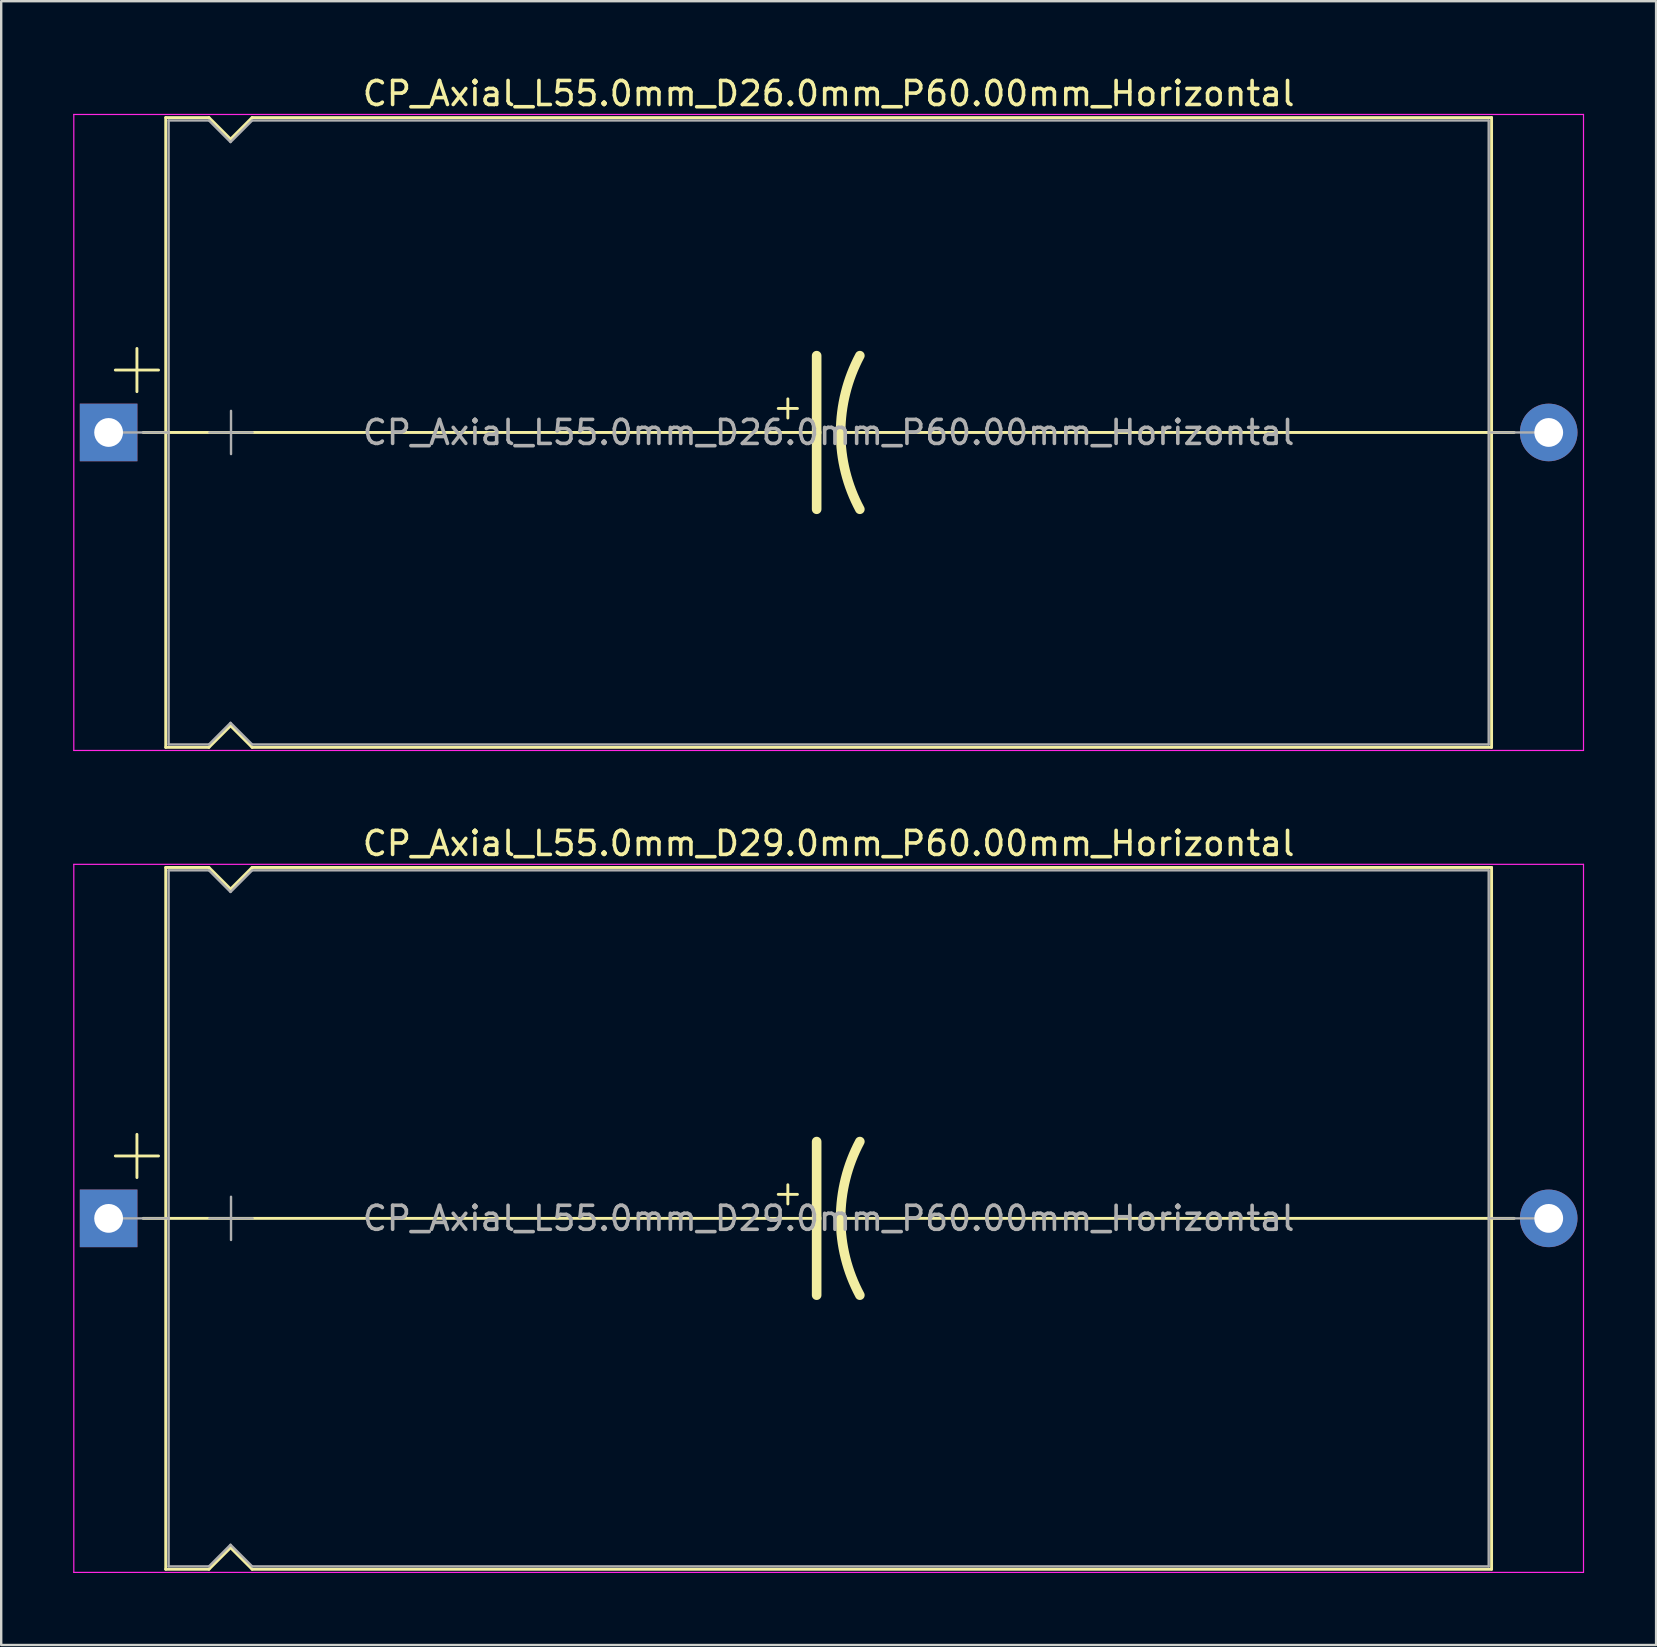
<source format=kicad_pcb>
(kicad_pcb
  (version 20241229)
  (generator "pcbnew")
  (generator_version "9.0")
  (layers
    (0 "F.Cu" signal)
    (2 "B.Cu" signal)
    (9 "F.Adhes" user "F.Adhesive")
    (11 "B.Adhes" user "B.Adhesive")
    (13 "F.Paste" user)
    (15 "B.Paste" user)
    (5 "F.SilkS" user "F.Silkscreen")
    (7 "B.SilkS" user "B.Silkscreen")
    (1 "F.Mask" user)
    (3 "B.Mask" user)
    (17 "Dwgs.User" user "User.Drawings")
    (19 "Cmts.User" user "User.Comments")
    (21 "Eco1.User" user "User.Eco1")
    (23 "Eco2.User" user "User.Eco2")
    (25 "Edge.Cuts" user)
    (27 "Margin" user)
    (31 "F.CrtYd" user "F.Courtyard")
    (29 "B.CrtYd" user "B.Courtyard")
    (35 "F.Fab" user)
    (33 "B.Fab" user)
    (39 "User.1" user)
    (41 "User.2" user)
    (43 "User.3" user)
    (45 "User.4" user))
  (footprint "CP_Axial_L55.0mm_D26.0mm_P60.00mm_Horizontal"
    (layer "F.Cu")
    (at 1.475 14.968)
    (property "Reference" "CP_Axial_L55.0mm_D26.0mm_P60.00mm_Horizontal" (at 30 -14.12 0) (layer "F.SilkS") (effects (font (size 1 1) (thickness 0.15))))
    (attr through_hole)
    (fp_line (start 0.28 -2.6) (end 2.08 -2.6) (stroke (width 0.12) (type solid)) (layer "F.SilkS"))
    (fp_line (start 1.18 -3.5) (end 1.18 -1.7) (stroke (width 0.12) (type solid)) (layer "F.SilkS"))
    (fp_line (start 1.44 0) (end 2.38 0) (stroke (width 0.12) (type solid)) (layer "F.SilkS"))
    (fp_line (start 2.38 -13.12) (end 2.38 13.12) (stroke (width 0.12) (type solid)) (layer "F.SilkS"))
    (fp_line (start 2.38 -13.12) (end 4.18 -13.12) (stroke (width 0.12) (type solid)) (layer "F.SilkS"))
    (fp_line (start 2.38 0) (end 29.5 0) (stroke (width 0.12) (type solid)) (layer "F.SilkS"))
    (fp_line (start 2.38 13.12) (end 4.18 13.12) (stroke (width 0.12) (type solid)) (layer "F.SilkS"))
    (fp_line (start 4.18 -13.12) (end 5.08 -12.22) (stroke (width 0.12) (type solid)) (layer "F.SilkS"))
    (fp_line (start 4.18 13.12) (end 5.08 12.22) (stroke (width 0.12) (type solid)) (layer "F.SilkS"))
    (fp_line (start 5.08 -12.22) (end 5.98 -13.12) (stroke (width 0.12) (type solid)) (layer "F.SilkS"))
    (fp_line (start 5.08 12.22) (end 5.98 13.12) (stroke (width 0.12) (type solid)) (layer "F.SilkS"))
    (fp_line (start 5.98 -13.12) (end 57.62 -13.12) (stroke (width 0.12) (type solid)) (layer "F.SilkS"))
    (fp_line (start 5.98 13.12) (end 57.62 13.12) (stroke (width 0.12) (type solid)) (layer "F.SilkS"))
    (fp_line (start 27.9 -1) (end 28.7 -1) (stroke (width 0.12) (type solid)) (layer "F.SilkS"))
    (fp_line (start 28.3 -1.4) (end 28.3 -0.6) (stroke (width 0.12) (type solid)) (layer "F.SilkS"))
    (fp_line (start 29.5 0) (end 29.5 -3.2) (stroke (width 0.4) (type solid)) (layer "F.SilkS"))
    (fp_line (start 29.5 0) (end 29.5 3.2) (stroke (width 0.4) (type solid)) (layer "F.SilkS"))
    (fp_line (start 57.62 -13.12) (end 57.62 13.12) (stroke (width 0.12) (type solid)) (layer "F.SilkS"))
    (fp_line (start 57.62 0) (end 30.5 0) (stroke (width 0.12) (type solid)) (layer "F.SilkS"))
    (fp_line (start 58.56 0) (end 57.62 0) (stroke (width 0.12) (type solid)) (layer "F.SilkS"))
    (fp_arc (start 30.5 0) (mid 30.703545 -1.649114) (end 31.3 -3.2) (stroke (width 0.4) (type solid)) (layer "F.SilkS"))
    (fp_arc (start 31.3 3.2) (mid 30.700709 1.649823) (end 30.5 0) (stroke (width 0.4) (type solid)) (layer "F.SilkS"))
    (fp_line (start -1.45 -13.25) (end -1.45 13.25) (stroke (width 0.05) (type solid)) (layer "F.CrtYd"))
    (fp_line (start -1.45 13.25) (end 61.45 13.25) (stroke (width 0.05) (type solid)) (layer "F.CrtYd"))
    (fp_line (start 61.45 -13.25) (end -1.45 -13.25) (stroke (width 0.05) (type solid)) (layer "F.CrtYd"))
    (fp_line (start 61.45 13.25) (end 61.45 -13.25) (stroke (width 0.05) (type solid)) (layer "F.CrtYd"))
    (fp_line (start 0 0) (end 2.5 0) (stroke (width 0.1) (type solid)) (layer "F.Fab"))
    (fp_line (start 2.5 -13) (end 2.5 13) (stroke (width 0.1) (type solid)) (layer "F.Fab"))
    (fp_line (start 2.5 -13) (end 4.18 -13) (stroke (width 0.1) (type solid)) (layer "F.Fab"))
    (fp_line (start 2.5 13) (end 4.18 13) (stroke (width 0.1) (type solid)) (layer "F.Fab"))
    (fp_line (start 4.18 -13) (end 5.08 -12.1) (stroke (width 0.1) (type solid)) (layer "F.Fab"))
    (fp_line (start 4.18 13) (end 5.08 12.1) (stroke (width 0.1) (type solid)) (layer "F.Fab"))
    (fp_line (start 4.2 0) (end 6 0) (stroke (width 0.1) (type solid)) (layer "F.Fab"))
    (fp_line (start 5.08 -12.1) (end 5.98 -13) (stroke (width 0.1) (type solid)) (layer "F.Fab"))
    (fp_line (start 5.08 12.1) (end 5.98 13) (stroke (width 0.1) (type solid)) (layer "F.Fab"))
    (fp_line (start 5.1 -0.9) (end 5.1 0.9) (stroke (width 0.1) (type solid)) (layer "F.Fab"))
    (fp_line (start 5.98 -13) (end 57.5 -13) (stroke (width 0.1) (type solid)) (layer "F.Fab"))
    (fp_line (start 5.98 13) (end 57.5 13) (stroke (width 0.1) (type solid)) (layer "F.Fab"))
    (fp_line (start 57.5 -13) (end 57.5 13) (stroke (width 0.1) (type solid)) (layer "F.Fab"))
    (fp_line (start 60 0) (end 57.5 0) (stroke (width 0.1) (type solid)) (layer "F.Fab"))
    (fp_text user "${REFERENCE}" (at 30 0 0) (layer "F.Fab") (effects (font (size 1 1) (thickness 0.15))))
    (pad "1" thru_hole rect (at 0 0) (size 2.4 2.4) (drill 1.2) (layers "*.Cu" "*.Mask"))
    (pad "2" thru_hole oval (at 60 0) (size 2.4 2.4) (drill 1.2) (layers "*.Cu" "*.Mask")))
  (footprint "CP_Axial_L55.0mm_D29.0mm_P60.00mm_Horizontal"
    (layer "F.Cu")
    (at 1.475 47.712)
    (property "Reference" "CP_Axial_L55.0mm_D29.0mm_P60.00mm_Horizontal" (at 30 -15.62 0) (layer "F.SilkS") (effects (font (size 1 1) (thickness 0.15))))
    (attr through_hole)
    (fp_line (start 0.28 -2.6) (end 2.08 -2.6) (stroke (width 0.12) (type solid)) (layer "F.SilkS"))
    (fp_line (start 1.18 -3.5) (end 1.18 -1.7) (stroke (width 0.12) (type solid)) (layer "F.SilkS"))
    (fp_line (start 1.44 0) (end 2.38 0) (stroke (width 0.12) (type solid)) (layer "F.SilkS"))
    (fp_line (start 2.38 -14.62) (end 2.38 14.62) (stroke (width 0.12) (type solid)) (layer "F.SilkS"))
    (fp_line (start 2.38 -14.62) (end 4.18 -14.62) (stroke (width 0.12) (type solid)) (layer "F.SilkS"))
    (fp_line (start 2.38 0) (end 29.5 0) (stroke (width 0.12) (type solid)) (layer "F.SilkS"))
    (fp_line (start 2.38 14.62) (end 4.18 14.62) (stroke (width 0.12) (type solid)) (layer "F.SilkS"))
    (fp_line (start 4.18 -14.62) (end 5.08 -13.72) (stroke (width 0.12) (type solid)) (layer "F.SilkS"))
    (fp_line (start 4.18 14.62) (end 5.08 13.72) (stroke (width 0.12) (type solid)) (layer "F.SilkS"))
    (fp_line (start 5.08 -13.72) (end 5.98 -14.62) (stroke (width 0.12) (type solid)) (layer "F.SilkS"))
    (fp_line (start 5.08 13.72) (end 5.98 14.62) (stroke (width 0.12) (type solid)) (layer "F.SilkS"))
    (fp_line (start 5.98 -14.62) (end 57.62 -14.62) (stroke (width 0.12) (type solid)) (layer "F.SilkS"))
    (fp_line (start 5.98 14.62) (end 57.62 14.62) (stroke (width 0.12) (type solid)) (layer "F.SilkS"))
    (fp_line (start 27.9 -1) (end 28.7 -1) (stroke (width 0.12) (type solid)) (layer "F.SilkS"))
    (fp_line (start 28.3 -1.4) (end 28.3 -0.6) (stroke (width 0.12) (type solid)) (layer "F.SilkS"))
    (fp_line (start 29.5 0) (end 29.5 -3.2) (stroke (width 0.4) (type solid)) (layer "F.SilkS"))
    (fp_line (start 29.5 0) (end 29.5 3.2) (stroke (width 0.4) (type solid)) (layer "F.SilkS"))
    (fp_line (start 57.62 -14.62) (end 57.62 14.62) (stroke (width 0.12) (type solid)) (layer "F.SilkS"))
    (fp_line (start 57.62 0) (end 30.5 0) (stroke (width 0.12) (type solid)) (layer "F.SilkS"))
    (fp_line (start 58.56 0) (end 57.62 0) (stroke (width 0.12) (type solid)) (layer "F.SilkS"))
    (fp_arc (start 30.5 0) (mid 30.703545 -1.649114) (end 31.3 -3.2) (stroke (width 0.4) (type solid)) (layer "F.SilkS"))
    (fp_arc (start 31.3 3.2) (mid 30.700709 1.649823) (end 30.5 0) (stroke (width 0.4) (type solid)) (layer "F.SilkS"))
    (fp_line (start -1.45 -14.75) (end -1.45 14.75) (stroke (width 0.05) (type solid)) (layer "F.CrtYd"))
    (fp_line (start -1.45 14.75) (end 61.45 14.75) (stroke (width 0.05) (type solid)) (layer "F.CrtYd"))
    (fp_line (start 61.45 -14.75) (end -1.45 -14.75) (stroke (width 0.05) (type solid)) (layer "F.CrtYd"))
    (fp_line (start 61.45 14.75) (end 61.45 -14.75) (stroke (width 0.05) (type solid)) (layer "F.CrtYd"))
    (fp_line (start 0 0) (end 2.5 0) (stroke (width 0.1) (type solid)) (layer "F.Fab"))
    (fp_line (start 2.5 -14.5) (end 2.5 14.5) (stroke (width 0.1) (type solid)) (layer "F.Fab"))
    (fp_line (start 2.5 -14.5) (end 4.18 -14.5) (stroke (width 0.1) (type solid)) (layer "F.Fab"))
    (fp_line (start 2.5 14.5) (end 4.18 14.5) (stroke (width 0.1) (type solid)) (layer "F.Fab"))
    (fp_line (start 4.18 -14.5) (end 5.08 -13.6) (stroke (width 0.1) (type solid)) (layer "F.Fab"))
    (fp_line (start 4.18 14.5) (end 5.08 13.6) (stroke (width 0.1) (type solid)) (layer "F.Fab"))
    (fp_line (start 4.2 0) (end 6 0) (stroke (width 0.1) (type solid)) (layer "F.Fab"))
    (fp_line (start 5.08 -13.6) (end 5.98 -14.5) (stroke (width 0.1) (type solid)) (layer "F.Fab"))
    (fp_line (start 5.08 13.6) (end 5.98 14.5) (stroke (width 0.1) (type solid)) (layer "F.Fab"))
    (fp_line (start 5.1 -0.9) (end 5.1 0.9) (stroke (width 0.1) (type solid)) (layer "F.Fab"))
    (fp_line (start 5.98 -14.5) (end 57.5 -14.5) (stroke (width 0.1) (type solid)) (layer "F.Fab"))
    (fp_line (start 5.98 14.5) (end 57.5 14.5) (stroke (width 0.1) (type solid)) (layer "F.Fab"))
    (fp_line (start 57.5 -14.5) (end 57.5 14.5) (stroke (width 0.1) (type solid)) (layer "F.Fab"))
    (fp_line (start 60 0) (end 57.5 0) (stroke (width 0.1) (type solid)) (layer "F.Fab"))
    (fp_text user "${REFERENCE}" (at 30 0 0) (layer "F.Fab") (effects (font (size 1 1) (thickness 0.15))))
    (pad "1" thru_hole rect (at 0 0) (size 2.4 2.4) (drill 1.2) (layers "*.Cu" "*.Mask"))
    (pad "2" thru_hole oval (at 60 0) (size 2.4 2.4) (drill 1.2) (layers "*.Cu" "*.Mask")))
  (gr_rect
    (start -3 -3)
    (end 65.95 65.487)
    (stroke (width 0.1) (type default))
    (fill no)
    (layer "Edge.Cuts")))
</source>
